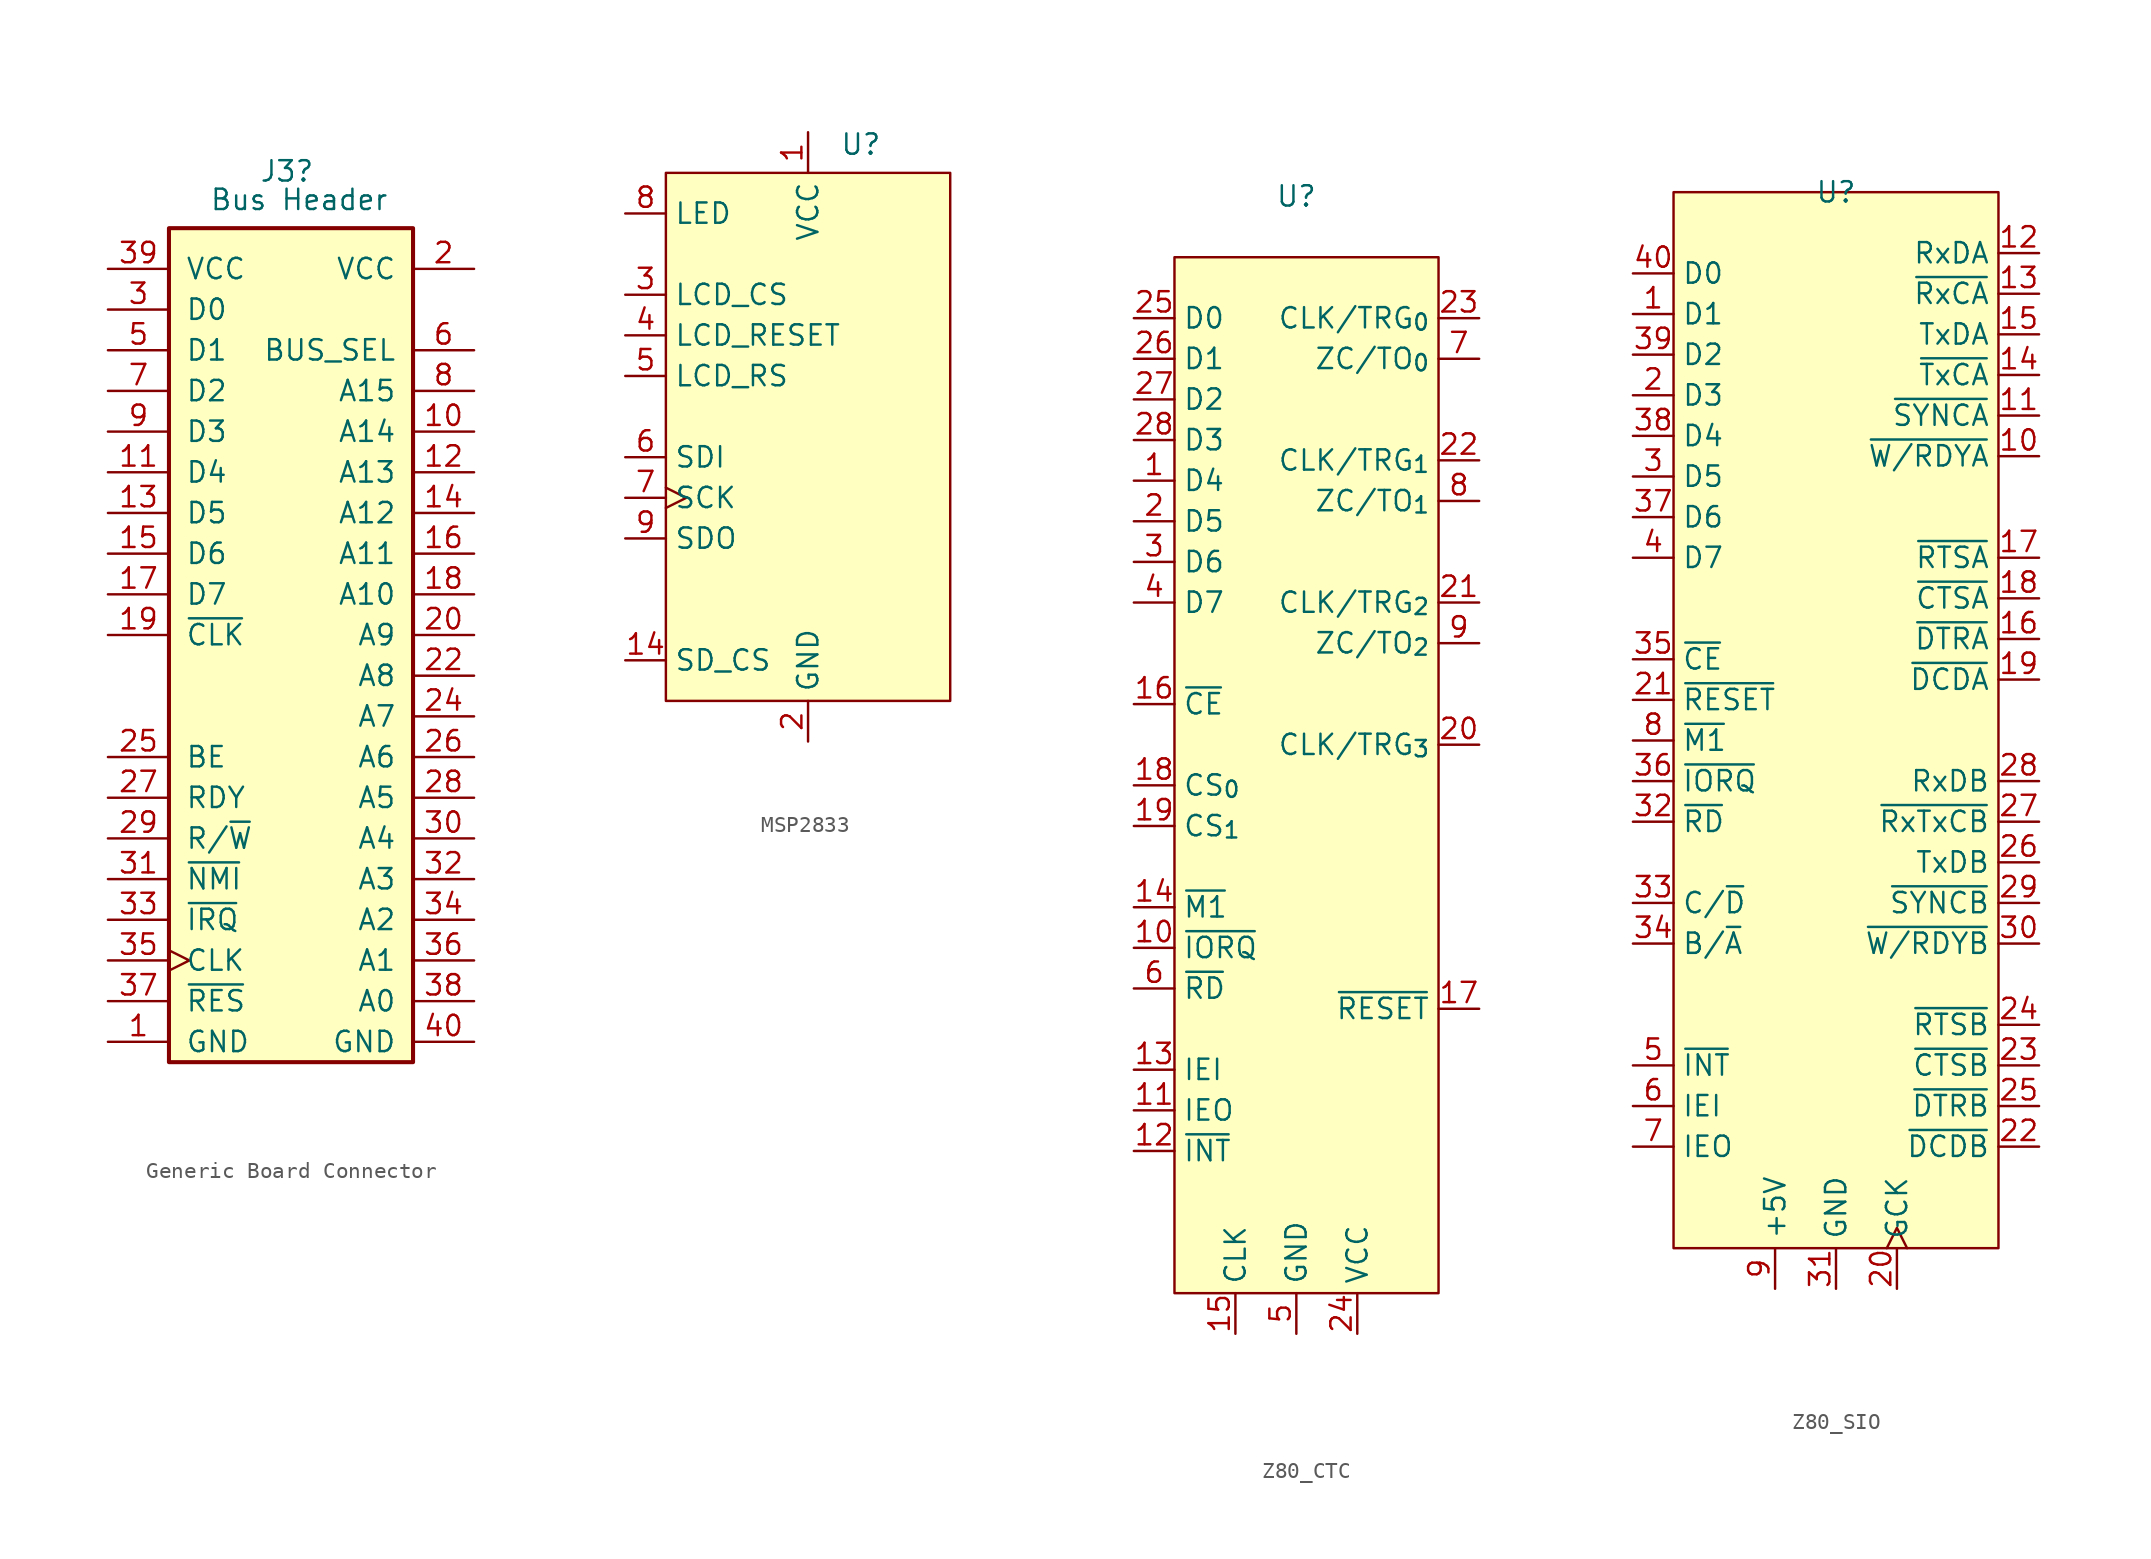
<source format=kicad_sym>
(kicad_symbol_lib
  (version 20241209)
  (generator "kicad_symbol_editor")
  (generator_version "9.0")
  (symbol "Generic Board Connector"
    (pin_names
      (offset 1.016))
    (property "Reference" "J3"
      (at -0.254 2.286 0)
      (effects (font (size 1.27 1.27))))
    (property "Value" "Bus Header"
      (at 0.508 0.508 0)
      (effects (font (size 1.27 1.27))))
    (symbol "Generic Board Connector_1_1"
      (rectangle (start -7.62 -1.27) (end 7.62 -53.34) (stroke (width 0.254) (type default)) (fill (type background)))
      (pin power_out line (at -11.43 -3.81 0) (length 3.81) (name "VCC" (effects (font (size 1.27 1.27)))) (number "39" (effects (font (size 1.27 1.27)))))
      (pin bidirectional line (at -11.43 -6.35 0) (length 3.81) (name "D0" (effects (font (size 1.27 1.27)))) (number "3" (effects (font (size 1.27 1.27)))))
      (pin bidirectional line (at -11.43 -8.89 0) (length 3.81) (name "D1" (effects (font (size 1.27 1.27)))) (number "5" (effects (font (size 1.27 1.27)))))
      (pin bidirectional line (at -11.43 -11.43 0) (length 3.81) (name "D2" (effects (font (size 1.27 1.27)))) (number "7" (effects (font (size 1.27 1.27)))))
      (pin bidirectional line (at -11.43 -13.97 0) (length 3.81) (name "D3" (effects (font (size 1.27 1.27)))) (number "9" (effects (font (size 1.27 1.27)))))
      (pin bidirectional line (at -11.43 -16.51 0) (length 3.81) (name "D4" (effects (font (size 1.27 1.27)))) (number "11" (effects (font (size 1.27 1.27)))))
      (pin bidirectional line (at -11.43 -19.05 0) (length 3.81) (name "D5" (effects (font (size 1.27 1.27)))) (number "13" (effects (font (size 1.27 1.27)))))
      (pin bidirectional line (at -11.43 -21.59 0) (length 3.81) (name "D6" (effects (font (size 1.27 1.27)))) (number "15" (effects (font (size 1.27 1.27)))))
      (pin bidirectional line (at -11.43 -24.13 0) (length 3.81) (name "D7" (effects (font (size 1.27 1.27)))) (number "17" (effects (font (size 1.27 1.27)))))
      (pin output line (at -11.43 -26.67 0) (length 3.81) (name "~{CLK}" (effects (font (size 1.27 1.27)))) (number "19" (effects (font (size 1.27 1.27)))))
      (pin no_connect line (at -11.43 -29.21 0) (length 3.81) (hide yes) (name "NC" (effects (font (size 1.27 1.27)))) (number "21" (effects (font (size 1.27 1.27)))))
      (pin no_connect line (at -11.43 -31.75 0) (length 3.81) (hide yes) (name "NC" (effects (font (size 1.27 1.27)))) (number "23" (effects (font (size 1.27 1.27)))))
      (pin output line (at -11.43 -34.29 0) (length 3.81) (name "BE" (effects (font (size 1.27 1.27)))) (number "25" (effects (font (size 1.27 1.27)))))
      (pin output line (at -11.43 -36.83 0) (length 3.81) (name "RDY" (effects (font (size 1.27 1.27)))) (number "27" (effects (font (size 1.27 1.27)))))
      (pin output line (at -11.43 -39.37 0) (length 3.81) (name "R/~{W}" (effects (font (size 1.27 1.27)))) (number "29" (effects (font (size 1.27 1.27)))))
      (pin bidirectional line (at -11.43 -41.91 0) (length 3.81) (name "~{NMI}" (effects (font (size 1.27 1.27)))) (number "31" (effects (font (size 1.27 1.27)))))
      (pin bidirectional line (at -11.43 -44.45 0) (length 3.81) (name "~{IRQ}" (effects (font (size 1.27 1.27)))) (number "33" (effects (font (size 1.27 1.27)))))
      (pin output clock (at -11.43 -46.99 0) (length 3.81) (name "CLK" (effects (font (size 1.27 1.27)))) (number "35" (effects (font (size 1.27 1.27)))))
      (pin output line (at -11.43 -49.53 0) (length 3.81) (name "~{RES}" (effects (font (size 1.27 1.27)))) (number "37" (effects (font (size 1.27 1.27)))))
      (pin power_out line (at -11.43 -52.07 0) (length 3.81) (name "GND" (effects (font (size 1.27 1.27)))) (number "1" (effects (font (size 1.27 1.27)))))
      (pin power_out line (at 11.43 -3.81 180) (length 3.81) (name "VCC" (effects (font (size 1.27 1.27)))) (number "2" (effects (font (size 1.27 1.27)))))
      (pin no_connect line (at 11.43 -6.35 180) (length 3.81) (hide yes) (name "NC" (effects (font (size 1.27 1.27)))) (number "4" (effects (font (size 1.27 1.27)))))
      (pin output line (at 11.43 -8.89 180) (length 3.81) (name "BUS_SEL" (effects (font (size 1.27 1.27)))) (number "6" (effects (font (size 1.27 1.27)))))
      (pin output line (at 11.43 -11.43 180) (length 3.81) (name "A15" (effects (font (size 1.27 1.27)))) (number "8" (effects (font (size 1.27 1.27)))))
      (pin output line (at 11.43 -13.97 180) (length 3.81) (name "A14" (effects (font (size 1.27 1.27)))) (number "10" (effects (font (size 1.27 1.27)))))
      (pin output line (at 11.43 -16.51 180) (length 3.81) (name "A13" (effects (font (size 1.27 1.27)))) (number "12" (effects (font (size 1.27 1.27)))))
      (pin output line (at 11.43 -19.05 180) (length 3.81) (name "A12" (effects (font (size 1.27 1.27)))) (number "14" (effects (font (size 1.27 1.27)))))
      (pin output line (at 11.43 -21.59 180) (length 3.81) (name "A11" (effects (font (size 1.27 1.27)))) (number "16" (effects (font (size 1.27 1.27)))))
      (pin output line (at 11.43 -24.13 180) (length 3.81) (name "A10" (effects (font (size 1.27 1.27)))) (number "18" (effects (font (size 1.27 1.27)))))
      (pin output line (at 11.43 -26.67 180) (length 3.81) (name "A9" (effects (font (size 1.27 1.27)))) (number "20" (effects (font (size 1.27 1.27)))))
      (pin output line (at 11.43 -29.21 180) (length 3.81) (name "A8" (effects (font (size 1.27 1.27)))) (number "22" (effects (font (size 1.27 1.27)))))
      (pin output line (at 11.43 -31.75 180) (length 3.81) (name "A7" (effects (font (size 1.27 1.27)))) (number "24" (effects (font (size 1.27 1.27)))))
      (pin output line (at 11.43 -34.29 180) (length 3.81) (name "A6" (effects (font (size 1.27 1.27)))) (number "26" (effects (font (size 1.27 1.27)))))
      (pin output line (at 11.43 -36.83 180) (length 3.81) (name "A5" (effects (font (size 1.27 1.27)))) (number "28" (effects (font (size 1.27 1.27)))))
      (pin output line (at 11.43 -39.37 180) (length 3.81) (name "A4" (effects (font (size 1.27 1.27)))) (number "30" (effects (font (size 1.27 1.27)))))
      (pin output line (at 11.43 -41.91 180) (length 3.81) (name "A3" (effects (font (size 1.27 1.27)))) (number "32" (effects (font (size 1.27 1.27)))))
      (pin output line (at 11.43 -44.45 180) (length 3.81) (name "A2" (effects (font (size 1.27 1.27)))) (number "34" (effects (font (size 1.27 1.27)))))
      (pin output line (at 11.43 -46.99 180) (length 3.81) (name "A1" (effects (font (size 1.27 1.27)))) (number "36" (effects (font (size 1.27 1.27)))))
      (pin output line (at 11.43 -49.53 180) (length 3.81) (name "A0" (effects (font (size 1.27 1.27)))) (number "38" (effects (font (size 1.27 1.27)))))
      (pin power_out line (at 11.43 -52.07 180) (length 3.81) (name "GND" (effects (font (size 1.27 1.27)))) (number "40" (effects (font (size 1.27 1.27)))))))
  (symbol "MSP2833"
    (property "Reference" "U"
      (at 3.302 0.508 0)
      (effects (font (size 1.27 1.27))))
    (property "Value" ""
      (at 0 0 0)
      (effects (font (size 1.27 1.27))))
    (symbol "MSP2833_0_1"
      (rectangle (start -8.89 -1.27) (end 8.89 -34.29) (stroke (width 0) (type default)) (fill (type color) (color 255 255 194 1))))
    (symbol "MSP2833_1_0"
      (pin input line (at -11.43 -3.81 0) (length 2.54) (name "LED" (effects (font (size 1.27 1.27)))) (number "8" (effects (font (size 1.27 1.27)))))
      (pin input line (at -11.43 -19.05 0) (length 2.54) (name "SDI" (effects (font (size 1.27 1.27)))) (number "6" (effects (font (size 1.27 1.27)))))
      (pin input clock (at -11.43 -21.59 0) (length 2.54) (name "SCK" (effects (font (size 1.27 1.27)))) (number "7" (effects (font (size 1.27 1.27)))))
      (pin output line (at -11.43 -24.13 0) (length 2.54) (name "SDO" (effects (font (size 1.27 1.27)))) (number "9" (effects (font (size 1.27 1.27)))))
      (pin input line (at -11.43 -31.75 0) (length 2.54) (name "SD_CS" (effects (font (size 1.27 1.27)))) (number "14" (effects (font (size 1.27 1.27)))))
      (pin no_connect line (at 11.43 -13.97 180) (length 2.54) (hide yes) (name "CTP_SCL" (effects (font (size 1.27 1.27)))) (number "10" (effects (font (size 1.27 1.27)))))
      (pin no_connect line (at 11.43 -16.51 180) (length 2.54) (hide yes) (name "CTP_RST" (effects (font (size 1.27 1.27)))) (number "11" (effects (font (size 1.27 1.27)))))
      (pin no_connect line (at 11.43 -19.05 180) (length 2.54) (hide yes) (name "CTP_SDA" (effects (font (size 1.27 1.27)))) (number "12" (effects (font (size 1.27 1.27)))))
      (pin no_connect line (at 11.43 -21.59 180) (length 2.54) (hide yes) (name "CTP_INT" (effects (font (size 1.27 1.27)))) (number "13" (effects (font (size 1.27 1.27))))))
    (symbol "MSP2833_1_1"
      (pin input line (at -11.43 -8.89 0) (length 2.54) (name "LCD_CS" (effects (font (size 1.27 1.27)))) (number "3" (effects (font (size 1.27 1.27)))))
      (pin input line (at -11.43 -11.43 0) (length 2.54) (name "LCD_RESET" (effects (font (size 1.27 1.27)))) (number "4" (effects (font (size 1.27 1.27)))))
      (pin input line (at -11.43 -13.97 0) (length 2.54) (name "LCD_RS" (effects (font (size 1.27 1.27)))) (number "5" (effects (font (size 1.27 1.27)))))
      (pin power_in line (at 0 1.27 270) (length 2.54) (name "VCC" (effects (font (size 1.27 1.27)))) (number "1" (effects (font (size 1.27 1.27)))))
      (pin power_in line (at 0 -36.83 90) (length 2.54) (name "GND" (effects (font (size 1.27 1.27)))) (number "2" (effects (font (size 1.27 1.27)))))))
  (symbol "Z80_CTC"
    (property "Reference" "U"
      (at 0 0 0)
      (effects (font (size 1.27 1.27))))
    (property "Value" ""
      (at 0 0 0)
      (effects (font (size 1.27 1.27))))
    (symbol "Z80_CTC_0_0"
      (pin bidirectional line (at -10.16 -7.62 0) (length 2.54) (name "D0" (effects (font (size 1.27 1.27)))) (number "25" (effects (font (size 1.27 1.27)))))
      (pin bidirectional line (at -10.16 -10.16 0) (length 2.54) (name "D1" (effects (font (size 1.27 1.27)))) (number "26" (effects (font (size 1.27 1.27)))))
      (pin bidirectional line (at -10.16 -12.7 0) (length 2.54) (name "D2" (effects (font (size 1.27 1.27)))) (number "27" (effects (font (size 1.27 1.27)))))
      (pin bidirectional line (at -10.16 -15.24 0) (length 2.54) (name "D3" (effects (font (size 1.27 1.27)))) (number "28" (effects (font (size 1.27 1.27)))))
      (pin bidirectional line (at -10.16 -17.78 0) (length 2.54) (name "D4" (effects (font (size 1.27 1.27)))) (number "1" (effects (font (size 1.27 1.27)))))
      (pin bidirectional line (at -10.16 -20.32 0) (length 2.54) (name "D5" (effects (font (size 1.27 1.27)))) (number "2" (effects (font (size 1.27 1.27)))))
      (pin bidirectional line (at -10.16 -22.86 0) (length 2.54) (name "D6" (effects (font (size 1.27 1.27)))) (number "3" (effects (font (size 1.27 1.27)))))
      (pin bidirectional line (at -10.16 -25.4 0) (length 2.54) (name "D7" (effects (font (size 1.27 1.27)))) (number "4" (effects (font (size 1.27 1.27)))))
      (pin input line (at -10.16 -31.75 0) (length 2.54) (name "~{CE}" (effects (font (size 1.27 1.27)))) (number "16" (effects (font (size 1.27 1.27)))))
      (pin input line (at -10.16 -36.83 0) (length 2.54) (name "CS_{0}" (effects (font (size 1.27 1.27)))) (number "18" (effects (font (size 1.27 1.27)))))
      (pin input line (at -10.16 -39.37 0) (length 2.54) (name "CS_{1}" (effects (font (size 1.27 1.27)))) (number "19" (effects (font (size 1.27 1.27)))))
      (pin input line (at -10.16 -44.45 0) (length 2.54) (name "~{M1}" (effects (font (size 1.27 1.27)))) (number "14" (effects (font (size 1.27 1.27)))))
      (pin input line (at -10.16 -46.99 0) (length 2.54) (name "~{IORQ}" (effects (font (size 1.27 1.27)))) (number "10" (effects (font (size 1.27 1.27)))))
      (pin input line (at -10.16 -49.53 0) (length 2.54) (name "~{RD}" (effects (font (size 1.27 1.27)))) (number "6" (effects (font (size 1.27 1.27)))))
      (pin input line (at -10.16 -54.61 0) (length 2.54) (name "IEI" (effects (font (size 1.27 1.27)))) (number "13" (effects (font (size 1.27 1.27)))))
      (pin output line (at -10.16 -57.15 0) (length 2.54) (name "IEO" (effects (font (size 1.27 1.27)))) (number "11" (effects (font (size 1.27 1.27)))))
      (pin output line (at -10.16 -59.69 0) (length 2.54) (name "~{INT}" (effects (font (size 1.27 1.27)))) (number "12" (effects (font (size 1.27 1.27)))))
      (pin input line (at -3.81 -71.12 90) (length 2.54) (name "CLK" (effects (font (size 1.27 1.27)))) (number "15" (effects (font (size 1.27 1.27)))))
      (pin input line (at 0 -71.12 90) (length 2.54) (name "GND" (effects (font (size 1.27 1.27)))) (number "5" (effects (font (size 1.27 1.27)))))
      (pin power_in line (at 3.81 -71.12 90) (length 2.54) (name "VCC" (effects (font (size 1.27 1.27)))) (number "24" (effects (font (size 1.27 1.27)))))
      (pin input line (at 11.43 -7.62 180) (length 2.54) (name "CLK/TRG_{0}" (effects (font (size 1.27 1.27)))) (number "23" (effects (font (size 1.27 1.27)))))
      (pin output line (at 11.43 -10.16 180) (length 2.54) (name "ZC/TO_{0}" (effects (font (size 1.27 1.27)))) (number "7" (effects (font (size 1.27 1.27)))))
      (pin input line (at 11.43 -16.51 180) (length 2.54) (name "CLK/TRG_{1}" (effects (font (size 1.27 1.27)))) (number "22" (effects (font (size 1.27 1.27)))))
      (pin output line (at 11.43 -19.05 180) (length 2.54) (name "ZC/TO_{1}" (effects (font (size 1.27 1.27)))) (number "8" (effects (font (size 1.27 1.27)))))
      (pin input line (at 11.43 -25.4 180) (length 2.54) (name "CLK/TRG_{2}" (effects (font (size 1.27 1.27)))) (number "21" (effects (font (size 1.27 1.27)))))
      (pin output line (at 11.43 -27.94 180) (length 2.54) (name "ZC/TO_{2}" (effects (font (size 1.27 1.27)))) (number "9" (effects (font (size 1.27 1.27)))))
      (pin input line (at 11.43 -34.29 180) (length 2.54) (name "CLK/TRG_{3}" (effects (font (size 1.27 1.27)))) (number "20" (effects (font (size 1.27 1.27)))))
      (pin input line (at 11.43 -50.8 180) (length 2.54) (name "~{RESET}" (effects (font (size 1.27 1.27)))) (number "17" (effects (font (size 1.27 1.27))))))
    (symbol "Z80_CTC_0_1"
      (rectangle (start -7.62 -3.81) (end 8.89 -68.58) (stroke (width 0) (type default)) (fill (type background)))))
  (symbol "Z80_SIO"
    (property "Reference" "U"
      (at 0 0 0)
      (effects (font (size 1.27 1.27))))
    (property "Value" ""
      (at 0 0 0)
      (effects (font (size 1.27 1.27))))
    (symbol "Z80_SIO_0_0"
      (pin bidirectional line (at -12.7 -5.08 0) (length 2.54) (name "D0" (effects (font (size 1.27 1.27)))) (number "40" (effects (font (size 1.27 1.27)))))
      (pin bidirectional line (at -12.7 -7.62 0) (length 2.54) (name "D1" (effects (font (size 1.27 1.27)))) (number "1" (effects (font (size 1.27 1.27)))))
      (pin bidirectional line (at -12.7 -10.16 0) (length 2.54) (name "D2" (effects (font (size 1.27 1.27)))) (number "39" (effects (font (size 1.27 1.27)))))
      (pin bidirectional line (at -12.7 -12.7 0) (length 2.54) (name "D3" (effects (font (size 1.27 1.27)))) (number "2" (effects (font (size 1.27 1.27)))))
      (pin bidirectional line (at -12.7 -15.24 0) (length 2.54) (name "D4" (effects (font (size 1.27 1.27)))) (number "38" (effects (font (size 1.27 1.27)))))
      (pin bidirectional line (at -12.7 -17.78 0) (length 2.54) (name "D5" (effects (font (size 1.27 1.27)))) (number "3" (effects (font (size 1.27 1.27)))))
      (pin bidirectional line (at -12.7 -20.32 0) (length 2.54) (name "D6" (effects (font (size 1.27 1.27)))) (number "37" (effects (font (size 1.27 1.27)))))
      (pin bidirectional line (at -12.7 -22.86 0) (length 2.54) (name "D7" (effects (font (size 1.27 1.27)))) (number "4" (effects (font (size 1.27 1.27)))))
      (pin input line (at -12.7 -29.21 0) (length 2.54) (name "~{CE}" (effects (font (size 1.27 1.27)))) (number "35" (effects (font (size 1.27 1.27)))))
      (pin input line (at -12.7 -31.75 0) (length 2.54) (name "~{RESET}" (effects (font (size 1.27 1.27)))) (number "21" (effects (font (size 1.27 1.27)))))
      (pin input line (at -12.7 -34.29 0) (length 2.54) (name "~{M1}" (effects (font (size 1.27 1.27)))) (number "8" (effects (font (size 1.27 1.27)))))
      (pin input line (at -12.7 -36.83 0) (length 2.54) (name "~{IORQ}" (effects (font (size 1.27 1.27)))) (number "36" (effects (font (size 1.27 1.27)))))
      (pin input line (at -12.7 -39.37 0) (length 2.54) (name "~{RD}" (effects (font (size 1.27 1.27)))) (number "32" (effects (font (size 1.27 1.27)))))
      (pin input line (at -12.7 -44.45 0) (length 2.54) (name "C/~{D}" (effects (font (size 1.27 1.27)))) (number "33" (effects (font (size 1.27 1.27)))))
      (pin input line (at -12.7 -46.99 0) (length 2.54) (name "B/~{A}" (effects (font (size 1.27 1.27)))) (number "34" (effects (font (size 1.27 1.27)))))
      (pin output line (at -12.7 -54.61 0) (length 2.54) (name "~{INT}" (effects (font (size 1.27 1.27)))) (number "5" (effects (font (size 1.27 1.27)))))
      (pin input line (at -12.7 -57.15 0) (length 2.54) (name "IEI" (effects (font (size 1.27 1.27)))) (number "6" (effects (font (size 1.27 1.27)))))
      (pin output line (at -12.7 -59.69 0) (length 2.54) (name "IEO" (effects (font (size 1.27 1.27)))) (number "7" (effects (font (size 1.27 1.27)))))
      (pin power_in line (at -3.81 -68.58 90) (length 2.54) (name "+5V" (effects (font (size 1.27 1.27)))) (number "9" (effects (font (size 1.27 1.27)))))
      (pin power_in line (at 0 -68.58 90) (length 2.54) (name "GND" (effects (font (size 1.27 1.27)))) (number "31" (effects (font (size 1.27 1.27)))))
      (pin input clock (at 3.81 -68.58 90) (length 2.54) (name "GCK" (effects (font (size 1.27 1.27)))) (number "20" (effects (font (size 1.27 1.27)))))
      (pin input line (at 12.7 -3.81 180) (length 2.54) (name "RxDA" (effects (font (size 1.27 1.27)))) (number "12" (effects (font (size 1.27 1.27)))))
      (pin input line (at 12.7 -6.35 180) (length 2.54) (name "~{RxCA}" (effects (font (size 1.27 1.27)))) (number "13" (effects (font (size 1.27 1.27)))))
      (pin output line (at 12.7 -8.89 180) (length 2.54) (name "TxDA" (effects (font (size 1.27 1.27)))) (number "15" (effects (font (size 1.27 1.27)))))
      (pin bidirectional line (at 12.7 -11.43 180) (length 2.54) (name "~{TxCA}" (effects (font (size 1.27 1.27)))) (number "14" (effects (font (size 1.27 1.27)))))
      (pin bidirectional line (at 12.7 -13.97 180) (length 2.54) (name "~{SYNCA}" (effects (font (size 1.27 1.27)))) (number "11" (effects (font (size 1.27 1.27)))))
      (pin output line (at 12.7 -16.51 180) (length 2.54) (name "~{W/RDYA}" (effects (font (size 1.27 1.27)))) (number "10" (effects (font (size 1.27 1.27)))))
      (pin output line (at 12.7 -22.86 180) (length 2.54) (name "~{RTSA}" (effects (font (size 1.27 1.27)))) (number "17" (effects (font (size 1.27 1.27)))))
      (pin input line (at 12.7 -25.4 180) (length 2.54) (name "~{CTSA}" (effects (font (size 1.27 1.27)))) (number "18" (effects (font (size 1.27 1.27)))))
      (pin output line (at 12.7 -27.94 180) (length 2.54) (name "~{DTRA}" (effects (font (size 1.27 1.27)))) (number "16" (effects (font (size 1.27 1.27)))))
      (pin input line (at 12.7 -30.48 180) (length 2.54) (name "~{DCDA}" (effects (font (size 1.27 1.27)))) (number "19" (effects (font (size 1.27 1.27)))))
      (pin input line (at 12.7 -36.83 180) (length 2.54) (name "RxDB" (effects (font (size 1.27 1.27)))) (number "28" (effects (font (size 1.27 1.27)))))
      (pin input line (at 12.7 -39.37 180) (length 2.54) (name "~{RxTxCB}" (effects (font (size 1.27 1.27)))) (number "27" (effects (font (size 1.27 1.27)))))
      (pin output line (at 12.7 -41.91 180) (length 2.54) (name "TxDB" (effects (font (size 1.27 1.27)))) (number "26" (effects (font (size 1.27 1.27)))))
      (pin bidirectional line (at 12.7 -44.45 180) (length 2.54) (name "~{SYNCB}" (effects (font (size 1.27 1.27)))) (number "29" (effects (font (size 1.27 1.27)))))
      (pin output line (at 12.7 -46.99 180) (length 2.54) (name "~{W/RDYB}" (effects (font (size 1.27 1.27)))) (number "30" (effects (font (size 1.27 1.27)))))
      (pin output line (at 12.7 -52.07 180) (length 2.54) (name "~{RTSB}" (effects (font (size 1.27 1.27)))) (number "24" (effects (font (size 1.27 1.27)))))
      (pin input line (at 12.7 -54.61 180) (length 2.54) (name "~{CTSB}" (effects (font (size 1.27 1.27)))) (number "23" (effects (font (size 1.27 1.27)))))
      (pin output line (at 12.7 -57.15 180) (length 2.54) (name "~{DTRB}" (effects (font (size 1.27 1.27)))) (number "25" (effects (font (size 1.27 1.27)))))
      (pin input line (at 12.7 -59.69 180) (length 2.54) (name "~{DCDB}" (effects (font (size 1.27 1.27)))) (number "22" (effects (font (size 1.27 1.27))))))
    (symbol "Z80_SIO_0_1"
      (rectangle (start -10.16 0) (end 10.16 -66.04) (stroke (width 0) (type default)) (fill (type background))))))
</source>
